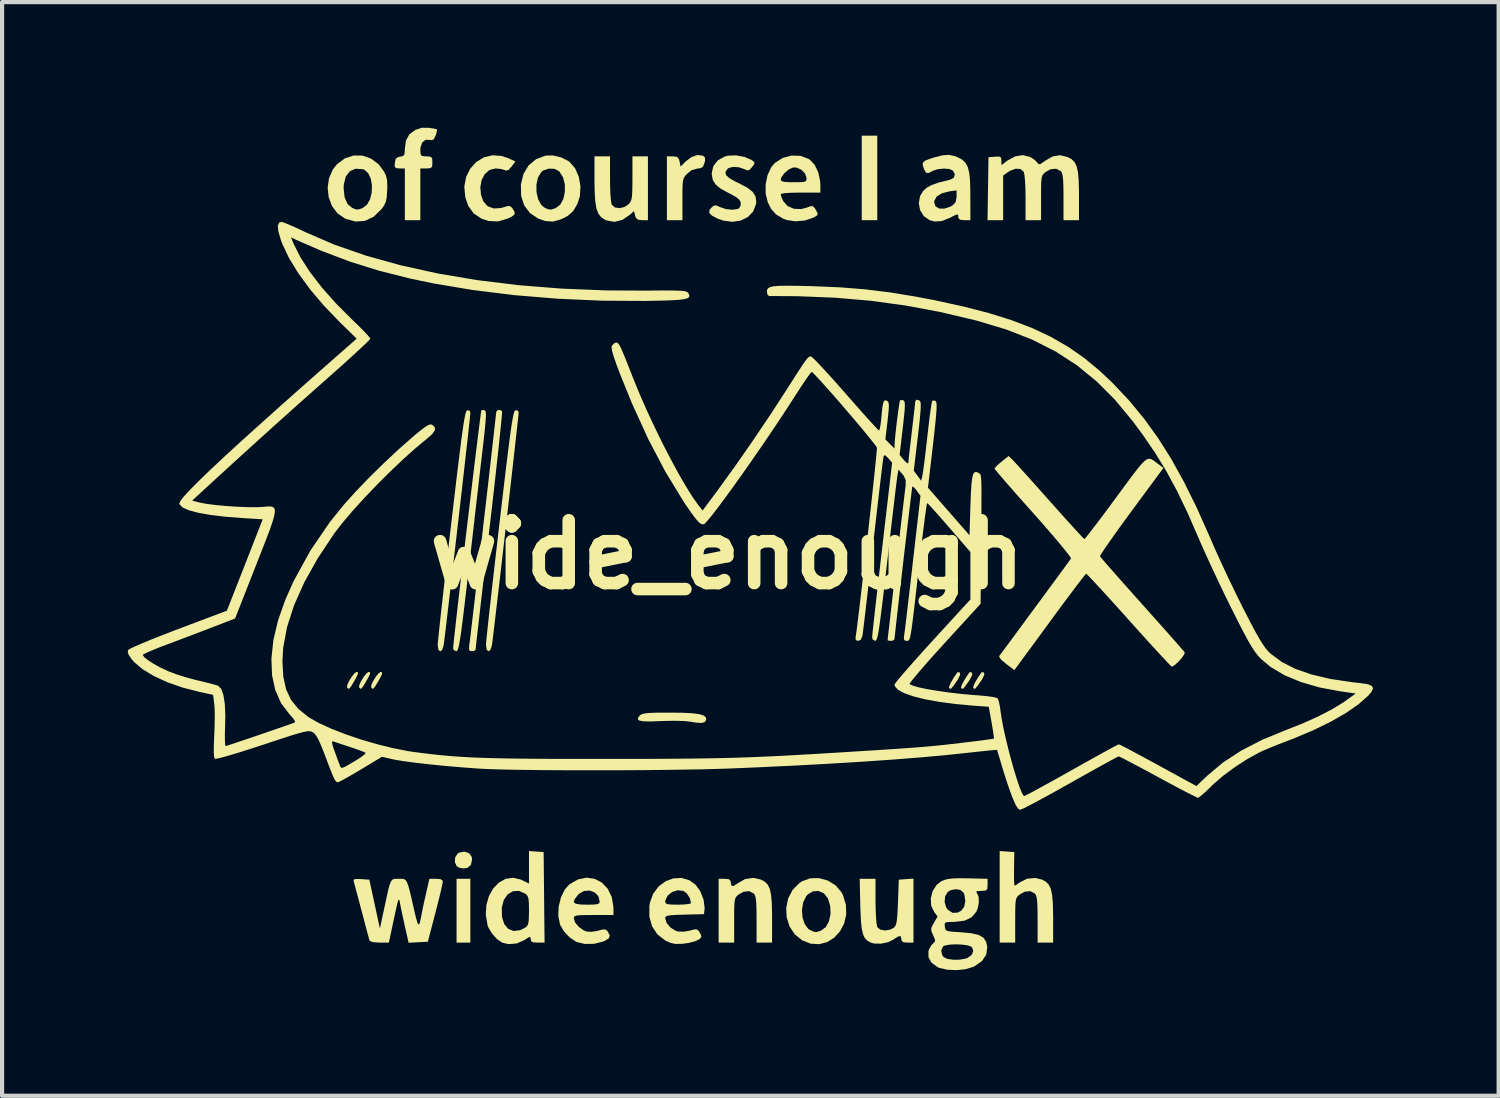
<source format=kicad_pcb>
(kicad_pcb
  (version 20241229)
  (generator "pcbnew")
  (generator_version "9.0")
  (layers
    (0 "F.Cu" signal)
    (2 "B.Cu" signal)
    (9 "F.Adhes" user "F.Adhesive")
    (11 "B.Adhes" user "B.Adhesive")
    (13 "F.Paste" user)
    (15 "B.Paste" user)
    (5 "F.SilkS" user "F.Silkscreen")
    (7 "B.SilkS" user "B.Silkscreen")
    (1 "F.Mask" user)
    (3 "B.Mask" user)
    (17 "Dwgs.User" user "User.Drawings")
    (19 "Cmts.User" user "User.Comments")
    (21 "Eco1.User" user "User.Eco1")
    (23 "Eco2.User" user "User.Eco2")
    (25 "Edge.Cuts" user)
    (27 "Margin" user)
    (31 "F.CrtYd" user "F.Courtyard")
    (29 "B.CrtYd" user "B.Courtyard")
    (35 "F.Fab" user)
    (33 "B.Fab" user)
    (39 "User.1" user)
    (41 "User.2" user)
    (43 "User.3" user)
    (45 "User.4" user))
  (footprint "wide_enough"
    (layer "F.Cu")
    (at 14.314 10.193)
    (property "Reference" "wide_enough" (at 0 0 0) (layer "F.SilkS") (effects (font (size 1.5 1.5) (thickness 0.3))))
    (attr board_only exclude_from_pos_files exclude_from_bom)
    (fp_poly (pts (xy -6.134 8.501) (xy -6.134 9.263) (xy -6.299 9.263) (xy -6.463 9.263) (xy -6.463 8.501) (xy -6.463 7.739) (xy -6.299 7.739) (xy -6.134 7.739)) (stroke (width 0) (type solid)) (fill yes) (layer "F.SilkS"))
    (fp_poly (pts (xy 3.582 -8.995) (xy 3.582 -7.986) (xy 3.396 -7.986) (xy 3.211 -7.986) (xy 3.211 -8.995) (xy 3.211 -10.004) (xy 3.396 -10.004) (xy 3.582 -10.004)) (stroke (width 0) (type solid)) (fill yes) (layer "F.SilkS"))
    (fp_poly (pts (xy -6.167 7.127) (xy -6.102 7.215) (xy -6.093 7.277) (xy -6.12 7.408) (xy -6.205 7.478) (xy -6.299 7.492) (xy -6.399 7.474) (xy -6.455 7.443) (xy -6.504 7.344) (xy -6.497 7.231) (xy -6.438 7.138) (xy -6.401 7.114) (xy -6.274 7.09)) (stroke (width 0) (type solid)) (fill yes) (layer "F.SilkS"))
    (fp_poly (pts (xy -8.817 2.81) (xy -8.819 2.851) (xy -8.859 2.936) (xy -8.914 3.032) (xy -8.983 3.146) (xy -9.025 3.198) (xy -9.053 3.2) (xy -9.079 3.167) (xy -9.073 3.111) (xy -9.031 3.019) (xy -8.969 2.919) (xy -8.904 2.836) (xy -8.853 2.8) (xy -8.85 2.799)) (stroke (width 0) (type solid)) (fill yes) (layer "F.SilkS"))
    (fp_poly (pts (xy -8.529 2.81) (xy -8.531 2.851) (xy -8.571 2.936) (xy -8.626 3.032) (xy -8.695 3.146) (xy -8.737 3.198) (xy -8.765 3.2) (xy -8.791 3.167) (xy -8.785 3.111) (xy -8.743 3.019) (xy -8.681 2.919) (xy -8.616 2.836) (xy -8.565 2.8) (xy -8.562 2.799)) (stroke (width 0) (type solid)) (fill yes) (layer "F.SilkS"))
    (fp_poly (pts (xy -8.241 2.81) (xy -8.243 2.851) (xy -8.283 2.936) (xy -8.338 3.032) (xy -8.407 3.146) (xy -8.449 3.198) (xy -8.477 3.2) (xy -8.502 3.167) (xy -8.497 3.111) (xy -8.455 3.019) (xy -8.393 2.919) (xy -8.328 2.836) (xy -8.277 2.8) (xy -8.274 2.799)) (stroke (width 0) (type solid)) (fill yes) (layer "F.SilkS"))
    (fp_poly (pts (xy 5.538 2.81) (xy 5.555 2.818) (xy 5.561 2.868) (xy 5.512 2.968) (xy 5.473 3.028) (xy 5.394 3.141) (xy 5.347 3.196) (xy 5.318 3.204) (xy 5.294 3.177) (xy 5.304 3.128) (xy 5.349 3.037) (xy 5.414 2.926) (xy 5.488 2.82) (xy 5.499 2.806)) (stroke (width 0) (type solid)) (fill yes) (layer "F.SilkS"))
    (fp_poly (pts (xy 5.826 2.81) (xy 5.843 2.818) (xy 5.849 2.868) (xy 5.801 2.968) (xy 5.762 3.028) (xy 5.682 3.141) (xy 5.635 3.196) (xy 5.606 3.204) (xy 5.582 3.177) (xy 5.592 3.128) (xy 5.637 3.037) (xy 5.703 2.926) (xy 5.776 2.82) (xy 5.788 2.806)) (stroke (width 0) (type solid)) (fill yes) (layer "F.SilkS"))
    (fp_poly (pts (xy 6.115 2.81) (xy 6.131 2.818) (xy 6.137 2.868) (xy 6.089 2.968) (xy 6.05 3.028) (xy 5.97 3.141) (xy 5.923 3.196) (xy 5.894 3.204) (xy 5.871 3.177) (xy 5.88 3.128) (xy 5.925 3.037) (xy 5.991 2.926) (xy 6.065 2.82) (xy 6.076 2.806)) (stroke (width 0) (type solid)) (fill yes) (layer "F.SilkS"))
    (fp_poly (pts (xy -1.062 3.775) (xy -0.83 3.787) (xy -0.665 3.809) (xy -0.561 3.841) (xy -0.509 3.886) (xy -0.502 3.942) (xy -0.533 3.995) (xy -0.609 4.018) (xy -0.741 4.011) (xy -0.885 3.988) (xy -1.01 3.974) (xy -1.191 3.967) (xy -1.403 3.968) (xy -1.591 3.974) (xy -1.834 3.983) (xy -2.002 3.979) (xy -2.101 3.961) (xy -2.137 3.927) (xy -2.118 3.875) (xy -2.084 3.837) (xy -2.046 3.811) (xy -1.983 3.793) (xy -1.883 3.781) (xy -1.732 3.774) (xy -1.519 3.772) (xy -1.369 3.772)) (stroke (width 0) (type solid)) (fill yes) (layer "F.SilkS"))
    (fp_poly (pts (xy -0.584 -9.527) (xy -0.58 -9.525) (xy -0.533 -9.485) (xy -0.529 -9.414) (xy -0.543 -9.355) (xy -0.58 -9.262) (xy -0.641 -9.226) (xy -0.704 -9.221) (xy -0.849 -9.181) (xy -0.95 -9.101) (xy -1.001 -9.048) (xy -1.035 -8.997) (xy -1.055 -8.932) (xy -1.066 -8.836) (xy -1.07 -8.69) (xy -1.07 -8.484) (xy -1.07 -7.986) (xy -1.256 -7.986) (xy -1.441 -7.986) (xy -1.441 -8.748) (xy -1.441 -9.51) (xy -1.302 -9.51) (xy -1.204 -9.499) (xy -1.157 -9.454) (xy -1.139 -9.388) (xy -1.114 -9.266) (xy -0.995 -9.386) (xy -0.853 -9.493) (xy -0.709 -9.542)) (stroke (width 0) (type solid)) (fill yes) (layer "F.SilkS"))
    (fp_poly (pts (xy -5.386 -9.519) (xy -5.251 -9.474) (xy -5.059 -9.389) (xy -5.15 -9.266) (xy -5.221 -9.186) (xy -5.28 -9.169) (xy -5.314 -9.182) (xy -5.406 -9.209) (xy -5.526 -9.221) (xy -5.531 -9.221) (xy -5.676 -9.185) (xy -5.789 -9.087) (xy -5.865 -8.943) (xy -5.896 -8.77) (xy -5.878 -8.583) (xy -5.822 -8.433) (xy -5.721 -8.319) (xy -5.574 -8.265) (xy -5.399 -8.277) (xy -5.348 -8.292) (xy -5.242 -8.324) (xy -5.183 -8.321) (xy -5.138 -8.28) (xy -5.124 -8.261) (xy -5.076 -8.179) (xy -5.079 -8.123) (xy -5.142 -8.073) (xy -5.238 -8.026) (xy -5.473 -7.956) (xy -5.701 -7.966) (xy -5.87 -8.024) (xy -6.056 -8.148) (xy -6.185 -8.329) (xy -6.256 -8.537) (xy -6.278 -8.788) (xy -6.235 -9.018) (xy -6.137 -9.216) (xy -5.993 -9.375) (xy -5.813 -9.485) (xy -5.607 -9.536)) (stroke (width 0) (type solid)) (fill yes) (layer "F.SilkS"))
    (fp_poly (pts (xy -2.799 -8.972) (xy -2.796 -8.763) (xy -2.788 -8.579) (xy -2.775 -8.438) (xy -2.759 -8.359) (xy -2.757 -8.354) (xy -2.681 -8.29) (xy -2.568 -8.273) (xy -2.446 -8.304) (xy -2.354 -8.37) (xy -2.316 -8.416) (xy -2.291 -8.471) (xy -2.276 -8.551) (xy -2.268 -8.671) (xy -2.265 -8.849) (xy -2.264 -8.987) (xy -2.264 -9.51) (xy -2.079 -9.51) (xy -1.894 -9.51) (xy -1.894 -8.748) (xy -1.894 -7.986) (xy -2.033 -7.986) (xy -2.134 -7.998) (xy -2.183 -8.045) (xy -2.2 -8.095) (xy -2.227 -8.203) (xy -2.318 -8.12) (xy -2.504 -7.993) (xy -2.694 -7.946) (xy -2.882 -7.98) (xy -2.923 -7.998) (xy -3.012 -8.058) (xy -3.078 -8.144) (xy -3.124 -8.267) (xy -3.152 -8.439) (xy -3.166 -8.672) (xy -3.17 -8.923) (xy -3.17 -9.51) (xy -2.985 -9.51) (xy -2.799 -9.51)) (stroke (width 0) (type solid)) (fill yes) (layer "F.SilkS"))
    (fp_poly (pts (xy 0.802 7.757) (xy 0.897 7.808) (xy 0.967 7.879) (xy 1.016 7.982) (xy 1.047 8.129) (xy 1.064 8.331) (xy 1.07 8.6) (xy 1.07 8.685) (xy 1.07 9.263) (xy 0.885 9.263) (xy 0.7 9.263) (xy 0.7 8.71) (xy 0.698 8.475) (xy 0.692 8.309) (xy 0.68 8.198) (xy 0.66 8.13) (xy 0.635 8.092) (xy 0.524 8.034) (xy 0.391 8.047) (xy 0.273 8.113) (xy 0.229 8.15) (xy 0.199 8.191) (xy 0.18 8.251) (xy 0.17 8.344) (xy 0.165 8.486) (xy 0.165 8.693) (xy 0.165 8.73) (xy 0.165 9.263) (xy -0.021 9.263) (xy -0.206 9.263) (xy -0.206 8.501) (xy -0.206 7.739) (xy -0.062 7.739) (xy 0.039 7.749) (xy 0.079 7.787) (xy 0.082 7.815) (xy 0.098 7.899) (xy 0.147 7.913) (xy 0.236 7.857) (xy 0.25 7.846) (xy 0.429 7.745) (xy 0.627 7.717)) (stroke (width 0) (type solid)) (fill yes) (layer "F.SilkS"))
    (fp_poly (pts (xy 4.446 8.499) (xy 4.446 9.263) (xy 4.302 9.263) (xy 4.203 9.253) (xy 4.163 9.217) (xy 4.158 9.18) (xy 4.144 9.113) (xy 4.096 9.108) (xy 4.004 9.163) (xy 3.975 9.186) (xy 3.84 9.253) (xy 3.671 9.288) (xy 3.506 9.285) (xy 3.43 9.264) (xy 3.346 9.218) (xy 3.283 9.152) (xy 3.239 9.055) (xy 3.209 8.915) (xy 3.19 8.719) (xy 3.179 8.457) (xy 3.176 8.369) (xy 3.162 7.739) (xy 3.351 7.739) (xy 3.54 7.739) (xy 3.54 8.277) (xy 3.544 8.486) (xy 3.552 8.67) (xy 3.565 8.811) (xy 3.581 8.89) (xy 3.583 8.895) (xy 3.656 8.954) (xy 3.771 8.973) (xy 3.896 8.951) (xy 3.973 8.91) (xy 4.007 8.876) (xy 4.031 8.825) (xy 4.048 8.742) (xy 4.061 8.612) (xy 4.071 8.422) (xy 4.076 8.304) (xy 4.096 7.76) (xy 4.271 7.747) (xy 4.446 7.735)) (stroke (width 0) (type solid)) (fill yes) (layer "F.SilkS"))
    (fp_poly (pts (xy 6.679 7.089) (xy 6.854 7.101) (xy 6.847 7.503) (xy 6.846 7.673) (xy 6.849 7.808) (xy 6.856 7.889) (xy 6.861 7.904) (xy 6.905 7.881) (xy 6.981 7.826) (xy 7.156 7.738) (xy 7.353 7.719) (xy 7.512 7.757) (xy 7.607 7.808) (xy 7.677 7.879) (xy 7.726 7.982) (xy 7.757 8.129) (xy 7.774 8.331) (xy 7.78 8.6) (xy 7.781 8.685) (xy 7.781 9.263) (xy 7.595 9.263) (xy 7.41 9.263) (xy 7.41 8.71) (xy 7.408 8.475) (xy 7.402 8.309) (xy 7.39 8.198) (xy 7.37 8.13) (xy 7.345 8.092) (xy 7.234 8.034) (xy 7.101 8.047) (xy 6.983 8.113) (xy 6.939 8.15) (xy 6.909 8.191) (xy 6.89 8.251) (xy 6.88 8.344) (xy 6.876 8.486) (xy 6.875 8.693) (xy 6.875 8.73) (xy 6.875 9.263) (xy 6.69 9.263) (xy 6.504 9.263) (xy 6.504 8.169) (xy 6.504 7.076)) (stroke (width 0) (type solid)) (fill yes) (layer "F.SilkS"))
    (fp_poly (pts (xy -3.966 -9.485) (xy -3.793 -9.398) (xy -3.767 -9.379) (xy -3.633 -9.225) (xy -3.544 -9.022) (xy -3.505 -8.793) (xy -3.519 -8.56) (xy -3.577 -8.377) (xy -3.676 -8.207) (xy -3.806 -8.089) (xy -3.963 -8.009) (xy -4.159 -7.953) (xy -4.345 -7.965) (xy -4.511 -8.023) (xy -4.71 -8.155) (xy -4.849 -8.339) (xy -4.922 -8.569) (xy -4.927 -8.834) (xy -4.556 -8.834) (xy -4.554 -8.654) (xy -4.515 -8.485) (xy -4.441 -8.351) (xy -4.364 -8.286) (xy -4.273 -8.245) (xy -4.206 -8.239) (xy -4.117 -8.267) (xy -4.097 -8.274) (xy -3.988 -8.356) (xy -3.914 -8.492) (xy -3.877 -8.661) (xy -3.878 -8.84) (xy -3.921 -9.009) (xy -4.007 -9.146) (xy -4.013 -9.153) (xy -4.122 -9.211) (xy -4.259 -9.217) (xy -4.389 -9.175) (xy -4.443 -9.133) (xy -4.52 -9.002) (xy -4.556 -8.834) (xy -4.927 -8.834) (xy -4.927 -8.837) (xy -4.866 -9.09) (xy -4.743 -9.294) (xy -4.563 -9.443) (xy -4.336 -9.528) (xy -4.16 -9.532)) (stroke (width 0) (type solid)) (fill yes) (layer "F.SilkS"))
    (fp_poly (pts (xy 2.401 7.781) (xy 2.586 7.895) (xy 2.726 8.058) (xy 2.761 8.123) (xy 2.833 8.36) (xy 2.841 8.59) (xy 2.792 8.804) (xy 2.694 8.991) (xy 2.557 9.142) (xy 2.389 9.249) (xy 2.197 9.3) (xy 1.991 9.288) (xy 1.792 9.21) (xy 1.61 9.064) (xy 1.486 8.874) (xy 1.418 8.658) (xy 1.41 8.479) (xy 1.784 8.479) (xy 1.796 8.658) (xy 1.847 8.818) (xy 1.933 8.934) (xy 1.976 8.962) (xy 2.068 9.004) (xy 2.135 9.01) (xy 2.226 8.981) (xy 2.239 8.976) (xy 2.351 8.893) (xy 2.428 8.753) (xy 2.466 8.579) (xy 2.459 8.391) (xy 2.404 8.209) (xy 2.403 8.208) (xy 2.308 8.087) (xy 2.18 8.03) (xy 2.043 8.038) (xy 1.918 8.116) (xy 1.885 8.155) (xy 1.812 8.303) (xy 1.784 8.479) (xy 1.41 8.479) (xy 1.408 8.43) (xy 1.455 8.207) (xy 1.56 8.005) (xy 1.722 7.841) (xy 1.783 7.8) (xy 1.981 7.727) (xy 2.193 7.723)) (stroke (width 0) (type solid)) (fill yes) (layer "F.SilkS"))
    (fp_poly (pts (xy -8.711 -9.528) (xy -8.506 -9.457) (xy -8.324 -9.321) (xy -8.202 -9.158) (xy -8.149 -9.053) (xy -8.123 -8.946) (xy -8.116 -8.807) (xy -8.119 -8.7) (xy -8.131 -8.533) (xy -8.154 -8.419) (xy -8.199 -8.327) (xy -8.258 -8.247) (xy -8.442 -8.069) (xy -8.647 -7.971) (xy -8.869 -7.953) (xy -9.105 -8.016) (xy -9.126 -8.025) (xy -9.306 -8.149) (xy -9.437 -8.323) (xy -9.516 -8.532) (xy -9.54 -8.751) (xy -9.16 -8.751) (xy -9.136 -8.53) (xy -9.064 -8.37) (xy -8.959 -8.282) (xy -8.871 -8.244) (xy -8.804 -8.242) (xy -8.711 -8.273) (xy -8.604 -8.352) (xy -8.53 -8.481) (xy -8.49 -8.641) (xy -8.483 -8.812) (xy -8.51 -8.974) (xy -8.572 -9.107) (xy -8.667 -9.191) (xy -8.703 -9.204) (xy -8.877 -9.214) (xy -9.013 -9.154) (xy -9.108 -9.028) (xy -9.155 -8.842) (xy -9.16 -8.751) (xy -9.54 -8.751) (xy -9.541 -8.758) (xy -9.509 -8.985) (xy -9.418 -9.195) (xy -9.32 -9.32) (xy -9.132 -9.461) (xy -8.924 -9.53)) (stroke (width 0) (type solid)) (fill yes) (layer "F.SilkS"))
    (fp_poly (pts (xy -7.125 -10.191) (xy -7.012 -10.174) (xy -6.941 -10.159) (xy -6.929 -10.154) (xy -6.932 -10.11) (xy -6.957 -10.021) (xy -6.962 -10.009) (xy -7.005 -9.919) (xy -7.059 -9.896) (xy -7.084 -9.902) (xy -7.201 -9.905) (xy -7.285 -9.84) (xy -7.326 -9.715) (xy -7.328 -9.673) (xy -7.323 -9.568) (xy -7.296 -9.522) (xy -7.224 -9.51) (xy -7.184 -9.51) (xy -7.087 -9.503) (xy -7.047 -9.467) (xy -7.04 -9.376) (xy -7.04 -9.365) (xy -7.046 -9.269) (xy -7.082 -9.229) (xy -7.173 -9.221) (xy -7.184 -9.221) (xy -7.328 -9.221) (xy -7.328 -8.604) (xy -7.328 -7.986) (xy -7.513 -7.986) (xy -7.698 -7.986) (xy -7.698 -8.604) (xy -7.698 -9.221) (xy -7.824 -9.221) (xy -7.91 -9.229) (xy -7.94 -9.268) (xy -7.938 -9.355) (xy -7.916 -9.451) (xy -7.861 -9.493) (xy -7.811 -9.502) (xy -7.739 -9.519) (xy -7.707 -9.562) (xy -7.698 -9.659) (xy -7.698 -9.687) (xy -7.671 -9.889) (xy -7.589 -10.037) (xy -7.451 -10.14) (xy -7.291 -10.193)) (stroke (width 0) (type solid)) (fill yes) (layer "F.SilkS"))
    (fp_poly (pts (xy -5.376 -3.424) (xy -5.378 -3.378) (xy -5.388 -3.257) (xy -5.406 -3.068) (xy -5.432 -2.817) (xy -5.464 -2.512) (xy -5.503 -2.158) (xy -5.547 -1.762) (xy -5.595 -1.332) (xy -5.648 -0.874) (xy -5.683 -0.573) (xy -5.738 -0.1) (xy -5.79 0.349) (xy -5.838 0.767) (xy -5.882 1.147) (xy -5.921 1.484) (xy -5.954 1.77) (xy -5.98 1.998) (xy -5.998 2.162) (xy -6.008 2.255) (xy -6.01 2.274) (xy -6.045 2.299) (xy -6.095 2.305) (xy -6.147 2.297) (xy -6.166 2.256) (xy -6.16 2.161) (xy -6.156 2.13) (xy -6.145 2.051) (xy -6.127 1.902) (xy -6.102 1.69) (xy -6.071 1.425) (xy -6.034 1.114) (xy -5.994 0.767) (xy -5.95 0.39) (xy -5.904 -0.008) (xy -5.856 -0.418) (xy -5.809 -0.833) (xy -5.761 -1.243) (xy -5.715 -1.641) (xy -5.672 -2.019) (xy -5.632 -2.368) (xy -5.597 -2.68) (xy -5.567 -2.947) (xy -5.543 -3.161) (xy -5.526 -3.313) (xy -5.517 -3.395) (xy -5.516 -3.407) (xy -5.486 -3.449) (xy -5.423 -3.455)) (stroke (width 0) (type solid)) (fill yes) (layer "F.SilkS"))
    (fp_poly (pts (xy -6.146 -3.434) (xy -6.134 -3.381) (xy -6.139 -3.327) (xy -6.152 -3.198) (xy -6.173 -3.005) (xy -6.2 -2.755) (xy -6.234 -2.457) (xy -6.272 -2.118) (xy -6.314 -1.747) (xy -6.359 -1.353) (xy -6.406 -0.944) (xy -6.454 -0.528) (xy -6.502 -0.114) (xy -6.549 0.291) (xy -6.594 0.677) (xy -6.636 1.037) (xy -6.674 1.363) (xy -6.707 1.645) (xy -6.735 1.876) (xy -6.756 2.046) (xy -6.77 2.149) (xy -6.773 2.172) (xy -6.809 2.278) (xy -6.856 2.309) (xy -6.897 2.268) (xy -6.914 2.157) (xy -6.914 2.151) (xy -6.908 2.084) (xy -6.894 1.943) (xy -6.872 1.734) (xy -6.843 1.466) (xy -6.807 1.144) (xy -6.766 0.777) (xy -6.72 0.372) (xy -6.669 -0.065) (xy -6.616 -0.525) (xy -6.593 -0.72) (xy -6.529 -1.264) (xy -6.474 -1.731) (xy -6.426 -2.127) (xy -6.385 -2.459) (xy -6.351 -2.731) (xy -6.321 -2.95) (xy -6.296 -3.121) (xy -6.274 -3.249) (xy -6.256 -3.34) (xy -6.239 -3.4) (xy -6.223 -3.435) (xy -6.208 -3.449) (xy -6.205 -3.45)) (stroke (width 0) (type solid)) (fill yes) (layer "F.SilkS"))
    (fp_poly (pts (xy -4.993 -3.434) (xy -4.981 -3.388) (xy -4.986 -3.334) (xy -4.999 -3.207) (xy -5.02 -3.014) (xy -5.048 -2.765) (xy -5.081 -2.467) (xy -5.119 -2.129) (xy -5.161 -1.759) (xy -5.206 -1.366) (xy -5.253 -0.957) (xy -5.301 -0.541) (xy -5.348 -0.126) (xy -5.395 0.279) (xy -5.44 0.666) (xy -5.482 1.027) (xy -5.521 1.353) (xy -5.554 1.637) (xy -5.582 1.869) (xy -5.603 2.042) (xy -5.617 2.147) (xy -5.621 2.172) (xy -5.657 2.278) (xy -5.704 2.309) (xy -5.744 2.268) (xy -5.761 2.157) (xy -5.761 2.151) (xy -5.756 2.084) (xy -5.742 1.943) (xy -5.72 1.734) (xy -5.691 1.466) (xy -5.655 1.144) (xy -5.614 0.777) (xy -5.568 0.372) (xy -5.518 -0.065) (xy -5.465 -0.525) (xy -5.442 -0.72) (xy -5.378 -1.263) (xy -5.323 -1.729) (xy -5.276 -2.125) (xy -5.235 -2.456) (xy -5.2 -2.728) (xy -5.171 -2.947) (xy -5.146 -3.117) (xy -5.124 -3.245) (xy -5.106 -3.337) (xy -5.089 -3.397) (xy -5.074 -3.433) (xy -5.058 -3.448) (xy -5.053 -3.45)) (stroke (width 0) (type solid)) (fill yes) (layer "F.SilkS"))
    (fp_poly (pts (xy -5.793 -3.446) (xy -5.774 -3.427) (xy -5.764 -3.38) (xy -5.763 -3.294) (xy -5.772 -3.161) (xy -5.79 -2.968) (xy -5.819 -2.707) (xy -5.828 -2.628) (xy -5.852 -2.423) (xy -5.884 -2.148) (xy -5.923 -1.816) (xy -5.966 -1.439) (xy -6.014 -1.029) (xy -6.063 -0.597) (xy -6.114 -0.157) (xy -6.16 0.237) (xy -6.214 0.704) (xy -6.26 1.095) (xy -6.299 1.418) (xy -6.332 1.679) (xy -6.359 1.884) (xy -6.383 2.039) (xy -6.403 2.152) (xy -6.421 2.228) (xy -6.437 2.275) (xy -6.454 2.299) (xy -6.471 2.305) (xy -6.472 2.305) (xy -6.534 2.273) (xy -6.545 2.233) (xy -6.54 2.17) (xy -6.526 2.036) (xy -6.504 1.838) (xy -6.476 1.584) (xy -6.442 1.283) (xy -6.403 0.943) (xy -6.359 0.571) (xy -6.313 0.176) (xy -6.265 -0.234) (xy -6.216 -0.651) (xy -6.166 -1.068) (xy -6.117 -1.475) (xy -6.07 -1.866) (xy -6.026 -2.231) (xy -5.985 -2.563) (xy -5.949 -2.854) (xy -5.919 -3.096) (xy -5.895 -3.281) (xy -5.879 -3.4) (xy -5.871 -3.446) (xy -5.871 -3.447) (xy -5.819 -3.454)) (stroke (width 0) (type solid)) (fill yes) (layer "F.SilkS"))
    (fp_poly (pts (xy -4.559 7.089) (xy -4.384 7.101) (xy -4.373 8.182) (xy -4.362 9.263) (xy -4.528 9.263) (xy -4.636 9.256) (xy -4.684 9.228) (xy -4.693 9.181) (xy -4.698 9.135) (xy -4.725 9.13) (xy -4.793 9.168) (xy -4.843 9.202) (xy -5.026 9.283) (xy -5.225 9.299) (xy -5.372 9.264) (xy -5.494 9.182) (xy -5.613 9.052) (xy -5.701 8.906) (xy -5.723 8.848) (xy -5.765 8.6) (xy -5.755 8.429) (xy -5.383 8.429) (xy -5.379 8.649) (xy -5.325 8.82) (xy -5.23 8.934) (xy -5.101 8.985) (xy -4.946 8.966) (xy -4.827 8.907) (xy -4.781 8.871) (xy -4.754 8.82) (xy -4.74 8.735) (xy -4.735 8.597) (xy -4.734 8.502) (xy -4.736 8.33) (xy -4.746 8.219) (xy -4.767 8.152) (xy -4.803 8.108) (xy -4.826 8.092) (xy -4.976 8.027) (xy -5.12 8.036) (xy -5.244 8.112) (xy -5.336 8.246) (xy -5.383 8.429) (xy -5.755 8.429) (xy -5.751 8.365) (xy -5.69 8.151) (xy -5.588 7.97) (xy -5.453 7.83) (xy -5.293 7.741) (xy -5.115 7.714) (xy -4.927 7.758) (xy -4.899 7.771) (xy -4.734 7.853) (xy -4.734 7.464) (xy -4.734 7.076)) (stroke (width 0) (type solid)) (fill yes) (layer "F.SilkS"))
    (fp_poly (pts (xy 0.41 -9.497) (xy 0.573 -9.428) (xy 0.595 -9.413) (xy 0.646 -9.37) (xy 0.646 -9.328) (xy 0.595 -9.256) (xy 0.592 -9.252) (xy 0.528 -9.184) (xy 0.473 -9.175) (xy 0.409 -9.204) (xy 0.283 -9.248) (xy 0.148 -9.259) (xy 0.039 -9.234) (xy 0.008 -9.213) (xy -0.043 -9.137) (xy -0.031 -9.064) (xy 0.05 -8.989) (xy 0.203 -8.903) (xy 0.264 -8.874) (xy 0.471 -8.767) (xy 0.606 -8.663) (xy 0.676 -8.552) (xy 0.692 -8.423) (xy 0.686 -8.372) (xy 0.62 -8.196) (xy 0.495 -8.063) (xy 0.325 -7.978) (xy 0.124 -7.947) (xy -0.094 -7.975) (xy -0.232 -8.024) (xy -0.368 -8.097) (xy -0.431 -8.161) (xy -0.425 -8.228) (xy -0.381 -8.283) (xy -0.319 -8.335) (xy -0.262 -8.339) (xy -0.173 -8.299) (xy -0.172 -8.299) (xy -0.032 -8.251) (xy 0.119 -8.235) (xy 0.247 -8.253) (xy 0.281 -8.27) (xy 0.319 -8.333) (xy 0.323 -8.403) (xy 0.294 -8.468) (xy 0.219 -8.533) (xy 0.083 -8.61) (xy 0.045 -8.628) (xy -0.151 -8.734) (xy -0.277 -8.837) (xy -0.346 -8.948) (xy -0.37 -9.083) (xy -0.371 -9.106) (xy -0.333 -9.276) (xy -0.227 -9.413) (xy -0.065 -9.504) (xy 0.028 -9.528) (xy 0.216 -9.533)) (stroke (width 0) (type solid)) (fill yes) (layer "F.SilkS"))
    (fp_poly (pts (xy 1.752 -9.521) (xy 1.946 -9.447) (xy 1.977 -9.426) (xy 2.09 -9.302) (xy 2.174 -9.123) (xy 2.219 -8.915) (xy 2.223 -8.829) (xy 2.223 -8.645) (xy 1.75 -8.645) (xy 1.525 -8.641) (xy 1.369 -8.631) (xy 1.287 -8.613) (xy 1.276 -8.602) (xy 1.294 -8.538) (xy 1.336 -8.442) (xy 1.338 -8.439) (xy 1.441 -8.323) (xy 1.591 -8.258) (xy 1.766 -8.251) (xy 1.888 -8.283) (xy 1.99 -8.32) (xy 2.047 -8.319) (xy 2.089 -8.273) (xy 2.116 -8.23) (xy 2.158 -8.15) (xy 2.149 -8.104) (xy 2.081 -8.06) (xy 2.055 -8.046) (xy 1.853 -7.978) (xy 1.629 -7.959) (xy 1.418 -7.99) (xy 1.338 -8.02) (xy 1.166 -8.123) (xy 1.048 -8.254) (xy 0.969 -8.409) (xy 0.917 -8.618) (xy 0.916 -8.845) (xy 0.939 -8.952) (xy 1.276 -8.952) (xy 1.294 -8.92) (xy 1.358 -8.901) (xy 1.482 -8.893) (xy 1.585 -8.892) (xy 1.742 -8.893) (xy 1.834 -8.901) (xy 1.879 -8.921) (xy 1.893 -8.959) (xy 1.894 -8.992) (xy 1.857 -9.101) (xy 1.767 -9.192) (xy 1.65 -9.243) (xy 1.566 -9.243) (xy 1.464 -9.194) (xy 1.365 -9.108) (xy 1.294 -9.013) (xy 1.276 -8.952) (xy 0.939 -8.952) (xy 0.964 -9.067) (xy 1.054 -9.256) (xy 1.138 -9.354) (xy 1.326 -9.473) (xy 1.538 -9.529)) (stroke (width 0) (type solid)) (fill yes) (layer "F.SilkS"))
    (fp_poly (pts (xy -3.166 7.74) (xy -2.993 7.83) (xy -2.854 7.977) (xy -2.758 8.174) (xy -2.718 8.414) (xy -2.717 8.449) (xy -2.717 8.604) (xy -3.19 8.604) (xy -3.394 8.605) (xy -3.529 8.609) (xy -3.609 8.619) (xy -3.649 8.637) (xy -3.663 8.666) (xy -3.664 8.688) (xy -3.629 8.788) (xy -3.542 8.89) (xy -3.426 8.971) (xy -3.355 8.999) (xy -3.245 9.005) (xy -3.109 8.985) (xy -3.076 8.976) (xy -2.965 8.948) (xy -2.903 8.952) (xy -2.859 8.991) (xy -2.853 8.999) (xy -2.806 9.089) (xy -2.824 9.157) (xy -2.915 9.216) (xy -2.965 9.238) (xy -3.177 9.291) (xy -3.399 9.295) (xy -3.593 9.249) (xy -3.602 9.245) (xy -3.758 9.143) (xy -3.898 8.997) (xy -3.99 8.838) (xy -3.991 8.838) (xy -4.034 8.631) (xy -4.026 8.404) (xy -3.999 8.296) (xy -3.664 8.296) (xy -3.619 8.335) (xy -3.502 8.353) (xy -3.355 8.357) (xy -3.197 8.355) (xy -3.104 8.345) (xy -3.059 8.325) (xy -3.047 8.289) (xy -3.046 8.279) (xy -3.08 8.151) (xy -3.168 8.063) (xy -3.289 8.02) (xy -3.42 8.03) (xy -3.541 8.099) (xy -3.567 8.126) (xy -3.645 8.228) (xy -3.664 8.296) (xy -3.999 8.296) (xy -3.971 8.183) (xy -3.877 7.992) (xy -3.767 7.87) (xy -3.564 7.754) (xy -3.36 7.712)) (stroke (width 0) (type solid)) (fill yes) (layer "F.SilkS"))
    (fp_poly (pts (xy -0.906 7.773) (xy -0.756 7.881) (xy -0.643 8.039) (xy -0.566 8.235) (xy -0.54 8.43) (xy -0.543 8.473) (xy -0.556 8.583) (xy -1.019 8.595) (xy -1.221 8.601) (xy -1.354 8.61) (xy -1.433 8.623) (xy -1.471 8.644) (xy -1.482 8.674) (xy -1.482 8.682) (xy -1.446 8.796) (xy -1.354 8.904) (xy -1.232 8.98) (xy -1.174 8.998) (xy -1.038 9.002) (xy -0.894 8.977) (xy -0.881 8.973) (xy -0.777 8.945) (xy -0.717 8.952) (xy -0.672 8.997) (xy -0.628 9.077) (xy -0.618 9.12) (xy -0.656 9.176) (xy -0.76 9.228) (xy -0.914 9.269) (xy -1.07 9.291) (xy -1.231 9.295) (xy -1.358 9.269) (xy -1.481 9.212) (xy -1.668 9.067) (xy -1.796 8.872) (xy -1.861 8.639) (xy -1.859 8.378) (xy -1.845 8.302) (xy -1.839 8.285) (xy -1.481 8.285) (xy -1.471 8.322) (xy -1.429 8.344) (xy -1.339 8.354) (xy -1.184 8.357) (xy -1.173 8.357) (xy -1.026 8.352) (xy -0.917 8.34) (xy -0.866 8.322) (xy -0.865 8.318) (xy -0.895 8.196) (xy -0.969 8.085) (xy -1.049 8.028) (xy -1.185 8.013) (xy -1.318 8.055) (xy -1.424 8.141) (xy -1.478 8.256) (xy -1.481 8.285) (xy -1.839 8.285) (xy -1.766 8.09) (xy -1.637 7.92) (xy -1.472 7.798) (xy -1.286 7.729) (xy -1.092 7.719)) (stroke (width 0) (type solid)) (fill yes) (layer "F.SilkS"))
    (fp_poly (pts (xy 7.237 -9.493) (xy 7.336 -9.429) (xy 7.401 -9.363) (xy 7.403 -9.359) (xy 7.434 -9.323) (xy 7.478 -9.328) (xy 7.559 -9.382) (xy 7.583 -9.4) (xy 7.769 -9.508) (xy 7.949 -9.537) (xy 8.125 -9.494) (xy 8.221 -9.443) (xy 8.292 -9.372) (xy 8.342 -9.271) (xy 8.374 -9.128) (xy 8.391 -8.929) (xy 8.398 -8.665) (xy 8.398 -8.564) (xy 8.398 -7.986) (xy 8.213 -7.986) (xy 8.028 -7.986) (xy 8.028 -8.539) (xy 8.026 -8.774) (xy 8.02 -8.94) (xy 8.007 -9.051) (xy 7.988 -9.119) (xy 7.963 -9.157) (xy 7.852 -9.215) (xy 7.719 -9.202) (xy 7.601 -9.136) (xy 7.557 -9.098) (xy 7.526 -9.058) (xy 7.507 -8.998) (xy 7.497 -8.905) (xy 7.493 -8.763) (xy 7.492 -8.556) (xy 7.492 -8.519) (xy 7.492 -7.986) (xy 7.307 -7.986) (xy 7.122 -7.986) (xy 7.122 -8.524) (xy 7.119 -8.733) (xy 7.11 -8.917) (xy 7.097 -9.058) (xy 7.081 -9.137) (xy 7.079 -9.142) (xy 7.003 -9.207) (xy 6.887 -9.215) (xy 6.753 -9.166) (xy 6.706 -9.136) (xy 6.587 -9.051) (xy 6.587 -8.519) (xy 6.587 -7.986) (xy 6.401 -7.986) (xy 6.214 -7.986) (xy 6.226 -8.738) (xy 6.237 -9.489) (xy 6.391 -9.502) (xy 6.492 -9.505) (xy 6.536 -9.481) (xy 6.546 -9.416) (xy 6.546 -9.407) (xy 6.546 -9.3) (xy 6.686 -9.407) (xy 6.874 -9.51) (xy 7.062 -9.54)) (stroke (width 0) (type solid)) (fill yes) (layer "F.SilkS"))
    (fp_poly (pts (xy 5.425 -9.518) (xy 5.496 -9.491) (xy 5.606 -9.434) (xy 5.687 -9.359) (xy 5.743 -9.255) (xy 5.779 -9.108) (xy 5.798 -8.906) (xy 5.804 -8.638) (xy 5.804 -8.573) (xy 5.805 -7.986) (xy 5.66 -7.986) (xy 5.561 -7.996) (xy 5.521 -8.032) (xy 5.516 -8.068) (xy 5.512 -8.112) (xy 5.486 -8.123) (xy 5.421 -8.097) (xy 5.325 -8.047) (xy 5.126 -7.966) (xy 4.953 -7.954) (xy 4.833 -7.986) (xy 4.693 -8.082) (xy 4.605 -8.224) (xy 4.573 -8.391) (xy 4.578 -8.416) (xy 4.94 -8.416) (xy 4.972 -8.317) (xy 5.058 -8.264) (xy 5.181 -8.261) (xy 5.327 -8.31) (xy 5.383 -8.342) (xy 5.453 -8.416) (xy 5.475 -8.535) (xy 5.475 -8.549) (xy 5.475 -8.697) (xy 5.309 -8.675) (xy 5.126 -8.628) (xy 5 -8.55) (xy 4.943 -8.446) (xy 4.94 -8.416) (xy 4.578 -8.416) (xy 4.603 -8.56) (xy 4.676 -8.683) (xy 4.758 -8.759) (xy 4.872 -8.822) (xy 5.035 -8.88) (xy 5.26 -8.937) (xy 5.321 -8.951) (xy 5.411 -9.002) (xy 5.434 -9.084) (xy 5.385 -9.172) (xy 5.302 -9.208) (xy 5.175 -9.218) (xy 5.034 -9.205) (xy 4.914 -9.168) (xy 4.899 -9.16) (xy 4.804 -9.111) (xy 4.751 -9.115) (xy 4.71 -9.18) (xy 4.691 -9.225) (xy 4.665 -9.306) (xy 4.673 -9.363) (xy 4.728 -9.408) (xy 4.842 -9.453) (xy 4.958 -9.489) (xy 5.145 -9.536) (xy 5.29 -9.546)) (stroke (width 0) (type solid)) (fill yes) (layer "F.SilkS"))
    (fp_poly (pts (xy -7.842 7.739) (xy -7.774 7.739) (xy -7.722 7.745) (xy -7.682 7.768) (xy -7.648 7.819) (xy -7.615 7.907) (xy -7.577 8.044) (xy -7.531 8.24) (xy -7.472 8.501) (xy -7.427 8.689) (xy -7.393 8.799) (xy -7.366 8.835) (xy -7.343 8.8) (xy -7.32 8.698) (xy -7.31 8.645) (xy -7.29 8.54) (xy -7.257 8.383) (xy -7.217 8.199) (xy -7.199 8.12) (xy -7.112 7.739) (xy -6.952 7.739) (xy -6.844 7.748) (xy -6.799 7.779) (xy -6.793 7.811) (xy -6.803 7.874) (xy -6.831 8.001) (xy -6.873 8.178) (xy -6.927 8.39) (xy -6.971 8.563) (xy -7.149 9.242) (xy -7.379 9.254) (xy -7.608 9.266) (xy -7.695 8.884) (xy -7.737 8.692) (xy -7.776 8.51) (xy -7.805 8.365) (xy -7.812 8.325) (xy -7.825 8.26) (xy -7.838 8.232) (xy -7.854 8.251) (xy -7.876 8.325) (xy -7.908 8.462) (xy -7.953 8.669) (xy -7.961 8.706) (xy -8.079 9.263) (xy -8.302 9.263) (xy -8.45 9.253) (xy -8.53 9.226) (xy -8.541 9.211) (xy -8.557 9.155) (xy -8.59 9.035) (xy -8.636 8.864) (xy -8.69 8.658) (xy -8.726 8.522) (xy -8.785 8.299) (xy -8.838 8.101) (xy -8.881 7.942) (xy -8.909 7.838) (xy -8.917 7.809) (xy -8.922 7.765) (xy -8.886 7.745) (xy -8.794 7.744) (xy -8.743 7.747) (xy -8.546 7.76) (xy -8.42 8.343) (xy -8.294 8.926) (xy -8.195 8.467) (xy -8.14 8.209) (xy -8.098 8.02) (xy -8.064 7.89) (xy -8.032 7.808) (xy -7.998 7.762) (xy -7.956 7.743) (xy -7.901 7.739)) (stroke (width 0) (type solid)) (fill yes) (layer "F.SilkS"))
    (fp_poly (pts (xy 5.778 7.728) (xy 5.877 7.731) (xy 6.216 7.739) (xy 6.216 7.883) (xy 6.21 7.978) (xy 6.177 8.018) (xy 6.09 8.027) (xy 6.064 8.028) (xy 5.969 8.033) (xy 5.944 8.053) (xy 5.961 8.077) (xy 6.001 8.166) (xy 6.007 8.298) (xy 5.981 8.441) (xy 5.948 8.523) (xy 5.835 8.658) (xy 5.662 8.74) (xy 5.427 8.768) (xy 5.413 8.769) (xy 5.282 8.77) (xy 5.214 8.783) (xy 5.191 8.815) (xy 5.194 8.878) (xy 5.195 8.882) (xy 5.204 8.935) (xy 5.226 8.969) (xy 5.279 8.99) (xy 5.378 9.003) (xy 5.539 9.013) (xy 5.586 9.016) (xy 5.83 9.039) (xy 6.004 9.081) (xy 6.118 9.147) (xy 6.182 9.245) (xy 6.208 9.372) (xy 6.183 9.551) (xy 6.082 9.703) (xy 5.905 9.826) (xy 5.87 9.843) (xy 5.687 9.898) (xy 5.47 9.92) (xy 5.253 9.91) (xy 5.068 9.868) (xy 5.022 9.849) (xy 4.879 9.744) (xy 4.804 9.611) (xy 4.804 9.465) (xy 4.809 9.45) (xy 5.108 9.45) (xy 5.131 9.559) (xy 5.169 9.61) (xy 5.256 9.651) (xy 5.392 9.672) (xy 5.547 9.67) (xy 5.689 9.645) (xy 5.74 9.627) (xy 5.837 9.554) (xy 5.875 9.465) (xy 5.847 9.381) (xy 5.822 9.358) (xy 5.739 9.328) (xy 5.607 9.31) (xy 5.454 9.304) (xy 5.308 9.311) (xy 5.196 9.332) (xy 5.154 9.353) (xy 5.108 9.45) (xy 4.809 9.45) (xy 4.818 9.423) (xy 4.872 9.327) (xy 4.928 9.269) (xy 4.961 9.236) (xy 4.956 9.18) (xy 4.916 9.088) (xy 4.874 8.99) (xy 4.87 8.92) (xy 4.907 8.837) (xy 4.934 8.789) (xy 5.023 8.639) (xy 4.941 8.533) (xy 4.869 8.381) (xy 4.864 8.294) (xy 5.19 8.294) (xy 5.228 8.424) (xy 5.269 8.48) (xy 5.383 8.553) (xy 5.505 8.545) (xy 5.59 8.499) (xy 5.657 8.407) (xy 5.683 8.273) (xy 5.665 8.13) (xy 5.638 8.066) (xy 5.565 8.005) (xy 5.452 7.987) (xy 5.333 8.011) (xy 5.262 8.055) (xy 5.201 8.159) (xy 5.19 8.294) (xy 4.864 8.294) (xy 4.859 8.206) (xy 4.904 8.032) (xy 5 7.883) (xy 5.109 7.799) (xy 5.187 7.765) (xy 5.276 7.743) (xy 5.394 7.73) (xy 5.556 7.726)) (stroke (width 0) (type solid)) (fill yes) (layer "F.SilkS"))
    (fp_poly (pts (xy 6.806 -2.27) (xy 6.856 -2.218) (xy 6.952 -2.113) (xy 7.087 -1.964) (xy 7.254 -1.779) (xy 7.444 -1.566) (xy 7.65 -1.335) (xy 7.698 -1.281) (xy 7.903 -1.051) (xy 8.089 -0.843) (xy 8.252 -0.664) (xy 8.383 -0.521) (xy 8.475 -0.422) (xy 8.523 -0.376) (xy 8.527 -0.373) (xy 8.557 -0.404) (xy 8.629 -0.494) (xy 8.737 -0.634) (xy 8.876 -0.815) (xy 9.038 -1.031) (xy 9.217 -1.273) (xy 9.281 -1.359) (xy 9.49 -1.644) (xy 9.657 -1.869) (xy 9.788 -2.04) (xy 9.889 -2.162) (xy 9.968 -2.24) (xy 10.031 -2.282) (xy 10.086 -2.291) (xy 10.138 -2.273) (xy 10.196 -2.235) (xy 10.266 -2.182) (xy 10.281 -2.171) (xy 10.414 -2.071) (xy 9.65 -1.035) (xy 9.462 -0.779) (xy 9.292 -0.544) (xy 9.146 -0.337) (xy 9.028 -0.168) (xy 8.945 -0.044) (xy 8.903 0.026) (xy 8.899 0.038) (xy 8.929 0.076) (xy 9.007 0.168) (xy 9.128 0.307) (xy 9.286 0.486) (xy 9.473 0.698) (xy 9.684 0.935) (xy 9.903 1.18) (xy 10.131 1.435) (xy 10.343 1.673) (xy 10.532 1.885) (xy 10.69 2.065) (xy 10.812 2.204) (xy 10.892 2.297) (xy 10.923 2.334) (xy 10.91 2.383) (xy 10.855 2.463) (xy 10.776 2.552) (xy 10.693 2.629) (xy 10.627 2.672) (xy 10.614 2.675) (xy 10.581 2.645) (xy 10.5 2.561) (xy 10.376 2.429) (xy 10.217 2.257) (xy 10.028 2.05) (xy 9.816 1.815) (xy 9.591 1.564) (xy 9.363 1.31) (xy 9.151 1.076) (xy 8.963 0.869) (xy 8.804 0.697) (xy 8.681 0.566) (xy 8.601 0.483) (xy 8.569 0.454) (xy 8.539 0.487) (xy 8.467 0.578) (xy 8.357 0.721) (xy 8.217 0.907) (xy 8.05 1.13) (xy 7.864 1.381) (xy 7.699 1.607) (xy 7.502 1.876) (xy 7.321 2.123) (xy 7.162 2.339) (xy 7.03 2.518) (xy 6.932 2.653) (xy 6.872 2.734) (xy 6.855 2.757) (xy 6.825 2.734) (xy 6.747 2.675) (xy 6.658 2.608) (xy 6.537 2.506) (xy 6.492 2.436) (xy 6.498 2.414) (xy 6.537 2.361) (xy 6.617 2.254) (xy 6.731 2.101) (xy 6.871 1.911) (xy 7.03 1.695) (xy 7.202 1.461) (xy 7.38 1.22) (xy 7.557 0.98) (xy 7.726 0.75) (xy 7.88 0.541) (xy 8.012 0.361) (xy 8.115 0.22) (xy 8.182 0.127) (xy 8.206 0.093) (xy 8.187 0.052) (xy 8.117 -0.042) (xy 8.004 -0.183) (xy 7.853 -0.364) (xy 7.669 -0.578) (xy 7.46 -0.818) (xy 7.308 -0.988) (xy 7.088 -1.235) (xy 6.887 -1.462) (xy 6.711 -1.663) (xy 6.566 -1.83) (xy 6.459 -1.956) (xy 6.396 -2.033) (xy 6.381 -2.055) (xy 6.41 -2.096) (xy 6.486 -2.168) (xy 6.549 -2.22) (xy 6.716 -2.355)) (stroke (width 0) (type solid)) (fill yes) (layer "F.SilkS"))
    (fp_poly (pts (xy -10.584 -7.928) (xy -10.467 -7.881) (xy -10.308 -7.811) (xy -10.122 -7.724) (xy -10.076 -7.702) (xy -9.384 -7.403) (xy -8.621 -7.138) (xy -7.795 -6.908) (xy -6.909 -6.713) (xy -5.97 -6.555) (xy -4.982 -6.434) (xy -3.952 -6.352) (xy -2.885 -6.309) (xy -1.938 -6.304) (xy -1.629 -6.307) (xy -1.392 -6.308) (xy -1.218 -6.305) (xy -1.095 -6.3) (xy -1.014 -6.29) (xy -0.965 -6.276) (xy -0.938 -6.256) (xy -0.93 -6.246) (xy -0.905 -6.195) (xy -0.908 -6.155) (xy -0.945 -6.124) (xy -1.025 -6.101) (xy -1.155 -6.084) (xy -1.344 -6.073) (xy -1.6 -6.065) (xy -1.929 -6.059) (xy -1.947 -6.058) (xy -3.002 -6.064) (xy -4.052 -6.111) (xy -5.083 -6.196) (xy -6.079 -6.319) (xy -7.026 -6.478) (xy -7.575 -6.593) (xy -8.316 -6.78) (xy -9.011 -6.997) (xy -9.693 -7.256) (xy -10.179 -7.466) (xy -10.416 -7.574) (xy -10.352 -7.42) (xy -10.191 -7.1) (xy -9.965 -6.75) (xy -9.682 -6.382) (xy -9.348 -6.005) (xy -8.974 -5.63) (xy -8.816 -5.478) (xy -8.683 -5.344) (xy -8.583 -5.238) (xy -8.529 -5.172) (xy -8.522 -5.158) (xy -8.551 -5.121) (xy -8.636 -5.037) (xy -8.768 -4.912) (xy -8.941 -4.753) (xy -9.146 -4.566) (xy -9.378 -4.36) (xy -9.54 -4.216) (xy -10.176 -3.652) (xy -10.854 -3.044) (xy -11.559 -2.406) (xy -12.277 -1.75) (xy -12.505 -1.54) (xy -12.777 -1.29) (xy -12.579 -1.24) (xy -12.423 -1.211) (xy -12.208 -1.184) (xy -11.957 -1.161) (xy -11.695 -1.144) (xy -11.443 -1.134) (xy -11.226 -1.133) (xy -11.089 -1.14) (xy -10.986 -1.149) (xy -10.905 -1.151) (xy -10.846 -1.137) (xy -10.811 -1.102) (xy -10.8 -1.037) (xy -10.814 -0.937) (xy -10.854 -0.794) (xy -10.92 -0.6) (xy -11.015 -0.35) (xy -11.138 -0.035) (xy -11.253 0.257) (xy -11.751 1.524) (xy -12.267 1.724) (xy -12.509 1.817) (xy -12.794 1.925) (xy -13.087 2.036) (xy -13.354 2.136) (xy -13.369 2.142) (xy -13.572 2.219) (xy -13.745 2.29) (xy -13.874 2.346) (xy -13.945 2.384) (xy -13.956 2.394) (xy -13.921 2.447) (xy -13.827 2.522) (xy -13.69 2.61) (xy -13.526 2.699) (xy -13.353 2.781) (xy -13.326 2.792) (xy -13.144 2.859) (xy -12.921 2.929) (xy -12.698 2.99) (xy -12.638 3.004) (xy -12.459 3.047) (xy -12.302 3.087) (xy -12.191 3.118) (xy -12.158 3.129) (xy -12.084 3.202) (xy -12.03 3.35) (xy -11.996 3.567) (xy -11.984 3.851) (xy -11.99 4.106) (xy -11.995 4.29) (xy -11.994 4.44) (xy -11.988 4.538) (xy -11.978 4.57) (xy -11.933 4.557) (xy -11.825 4.522) (xy -11.667 4.469) (xy -11.472 4.404) (xy -11.255 4.33) (xy -11.029 4.253) (xy -10.809 4.177) (xy -10.607 4.107) (xy -10.438 4.048) (xy -10.336 4.012) (xy -10.319 3.981) (xy -10.358 3.915) (xy -10.447 3.817) (xy -10.651 3.551) (xy -10.791 3.236) (xy -10.869 2.877) (xy -10.884 2.478) (xy -10.837 2.042) (xy -10.727 1.576) (xy -10.554 1.082) (xy -10.357 0.638) (xy -9.951 -0.101) (xy -9.482 -0.786) (xy -9.149 -1.198) (xy -8.872 -1.505) (xy -8.549 -1.841) (xy -8.202 -2.182) (xy -7.852 -2.51) (xy -7.52 -2.802) (xy -7.478 -2.838) (xy -7.314 -2.973) (xy -7.199 -3.058) (xy -7.121 -3.102) (xy -7.07 -3.11) (xy -7.046 -3.101) (xy -6.982 -3.04) (xy -6.98 -2.97) (xy -7.044 -2.88) (xy -7.176 -2.763) (xy -7.193 -2.749) (xy -7.455 -2.532) (xy -7.746 -2.27) (xy -8.053 -1.978) (xy -8.363 -1.669) (xy -8.663 -1.355) (xy -8.939 -1.052) (xy -9.178 -0.771) (xy -9.368 -0.527) (xy -9.385 -0.504) (xy -9.779 0.09) (xy -10.099 0.661) (xy -10.343 1.208) (xy -10.511 1.729) (xy -10.603 2.224) (xy -10.621 2.55) (xy -10.6 2.912) (xy -10.534 3.213) (xy -10.416 3.466) (xy -10.241 3.683) (xy -10.004 3.874) (xy -9.987 3.886) (xy -9.756 4.018) (xy -9.46 4.153) (xy -9.117 4.287) (xy -8.744 4.414) (xy -8.357 4.527) (xy -7.975 4.621) (xy -7.613 4.692) (xy -7.484 4.711) (xy -7.244 4.742) (xy -7.017 4.769) (xy -6.795 4.792) (xy -6.57 4.812) (xy -6.334 4.828) (xy -6.081 4.842) (xy -5.803 4.853) (xy -5.491 4.861) (xy -5.139 4.868) (xy -4.738 4.872) (xy -4.282 4.875) (xy -3.762 4.876) (xy -3.171 4.876) (xy -2.861 4.876) (xy -2.273 4.876) (xy -1.753 4.875) (xy -1.29 4.873) (xy -0.872 4.869) (xy -0.489 4.864) (xy -0.129 4.857) (xy 0.218 4.848) (xy 0.565 4.836) (xy 0.923 4.821) (xy 1.302 4.803) (xy 1.713 4.78) (xy 2.169 4.754) (xy 2.679 4.723) (xy 3.256 4.687) (xy 3.52 4.671) (xy 3.828 4.651) (xy 4.136 4.63) (xy 4.427 4.609) (xy 4.681 4.589) (xy 4.879 4.572) (xy 4.94 4.566) (xy 5.139 4.546) (xy 5.361 4.521) (xy 5.592 4.494) (xy 5.817 4.467) (xy 6.022 4.442) (xy 6.192 4.419) (xy 6.311 4.402) (xy 6.366 4.391) (xy 6.368 4.391) (xy 6.365 4.349) (xy 6.35 4.245) (xy 6.326 4.096) (xy 6.311 4.007) (xy 6.244 3.632) (xy 5.87 3.605) (xy 5.442 3.565) (xy 5.058 3.514) (xy 4.724 3.453) (xy 4.445 3.384) (xy 4.228 3.308) (xy 4.078 3.227) (xy 4.002 3.143) (xy 3.993 3.103) (xy 4.02 3.06) (xy 4.096 2.965) (xy 4.215 2.825) (xy 4.371 2.647) (xy 4.556 2.438) (xy 4.763 2.208) (xy 4.899 2.059) (xy 5.805 1.07) (xy 5.805 0.503) (xy 5.805 -0.064) (xy 5.3 -0.647) (xy 5.141 -0.83) (xy 4.999 -0.99) (xy 4.885 -1.117) (xy 4.807 -1.201) (xy 4.773 -1.232) (xy 4.773 -1.232) (xy 4.763 -1.194) (xy 4.746 -1.082) (xy 4.721 -0.906) (xy 4.692 -0.675) (xy 4.657 -0.398) (xy 4.62 -0.084) (xy 4.58 0.258) (xy 4.575 0.298) (xy 4.527 0.724) (xy 4.487 1.075) (xy 4.454 1.358) (xy 4.426 1.581) (xy 4.404 1.751) (xy 4.385 1.875) (xy 4.368 1.96) (xy 4.352 2.014) (xy 4.336 2.044) (xy 4.319 2.056) (xy 4.299 2.059) (xy 4.279 2.058) (xy 4.225 2.042) (xy 4.216 1.979) (xy 4.221 1.945) (xy 4.23 1.88) (xy 4.248 1.743) (xy 4.272 1.543) (xy 4.302 1.289) (xy 4.337 0.992) (xy 4.376 0.661) (xy 4.417 0.306) (xy 4.427 0.214) (xy 4.613 -1.404) (xy 4.522 -1.532) (xy 4.461 -1.605) (xy 4.423 -1.628) (xy 4.418 -1.623) (xy 4.411 -1.576) (xy 4.396 -1.458) (xy 4.374 -1.278) (xy 4.346 -1.047) (xy 4.314 -0.775) (xy 4.278 -0.472) (xy 4.24 -0.149) (xy 4.201 0.186) (xy 4.162 0.52) (xy 4.124 0.845) (xy 4.089 1.15) (xy 4.058 1.425) (xy 4.031 1.659) (xy 4.011 1.843) (xy 3.998 1.966) (xy 3.993 2.019) (xy 3.993 2.019) (xy 3.959 2.051) (xy 3.911 2.058) (xy 3.844 2.052) (xy 3.829 2.044) (xy 3.833 1.998) (xy 3.846 1.881) (xy 3.867 1.702) (xy 3.893 1.471) (xy 3.924 1.199) (xy 3.959 0.895) (xy 3.997 0.57) (xy 4.036 0.234) (xy 4.076 -0.103) (xy 4.114 -0.432) (xy 4.15 -0.742) (xy 4.183 -1.022) (xy 4.212 -1.264) (xy 4.235 -1.457) (xy 4.251 -1.59) (xy 4.259 -1.654) (xy 4.259 -1.655) (xy 4.261 -1.782) (xy 4.213 -1.884) (xy 4.185 -1.919) (xy 4.089 -2.031) (xy 4.066 -1.911) (xy 4.057 -1.846) (xy 4.039 -1.709) (xy 4.014 -1.507) (xy 3.984 -1.249) (xy 3.948 -0.944) (xy 3.907 -0.6) (xy 3.864 -0.226) (xy 3.823 0.134) (xy 3.771 0.583) (xy 3.727 0.958) (xy 3.69 1.264) (xy 3.659 1.508) (xy 3.633 1.698) (xy 3.611 1.839) (xy 3.592 1.939) (xy 3.574 2.004) (xy 3.557 2.041) (xy 3.54 2.056) (xy 3.53 2.058) (xy 3.471 2.026) (xy 3.46 1.966) (xy 3.465 1.907) (xy 3.478 1.776) (xy 3.5 1.579) (xy 3.528 1.324) (xy 3.562 1.022) (xy 3.602 0.678) (xy 3.645 0.302) (xy 3.691 -0.098) (xy 3.699 -0.161) (xy 3.936 -2.196) (xy 3.844 -2.302) (xy 3.779 -2.367) (xy 3.744 -2.369) (xy 3.733 -2.347) (xy 3.724 -2.295) (xy 3.708 -2.169) (xy 3.684 -1.977) (xy 3.654 -1.728) (xy 3.619 -1.429) (xy 3.579 -1.088) (xy 3.536 -0.714) (xy 3.491 -0.314) (xy 3.481 -0.226) (xy 3.435 0.18) (xy 3.391 0.564) (xy 3.35 0.918) (xy 3.313 1.233) (xy 3.282 1.501) (xy 3.256 1.713) (xy 3.238 1.862) (xy 3.227 1.939) (xy 3.226 1.945) (xy 3.185 2.036) (xy 3.125 2.058) (xy 3.067 2.04) (xy 3.064 1.971) (xy 3.065 1.966) (xy 3.076 1.896) (xy 3.095 1.755) (xy 3.12 1.553) (xy 3.151 1.3) (xy 3.186 1.003) (xy 3.224 0.673) (xy 3.265 0.319) (xy 3.307 -0.05) (xy 3.35 -0.425) (xy 3.391 -0.797) (xy 3.431 -1.157) (xy 3.468 -1.494) (xy 3.501 -1.801) (xy 3.529 -2.068) (xy 3.551 -2.285) (xy 3.566 -2.444) (xy 3.573 -2.535) (xy 3.574 -2.553) (xy 3.545 -2.6) (xy 3.47 -2.697) (xy 3.359 -2.836) (xy 3.218 -3.006) (xy 3.056 -3.199) (xy 2.882 -3.403) (xy 2.704 -3.61) (xy 2.53 -3.81) (xy 2.368 -3.992) (xy 2.228 -4.149) (xy 2.116 -4.269) (xy 2.042 -4.344) (xy 2.015 -4.364) (xy 1.984 -4.331) (xy 1.918 -4.24) (xy 1.823 -4.102) (xy 1.709 -3.929) (xy 1.625 -3.798) (xy 1.432 -3.499) (xy 1.224 -3.184) (xy 1.006 -2.859) (xy 0.783 -2.532) (xy 0.56 -2.21) (xy 0.343 -1.902) (xy 0.137 -1.613) (xy -0.052 -1.353) (xy -0.22 -1.128) (xy -0.361 -0.945) (xy -0.469 -0.813) (xy -0.54 -0.738) (xy -0.559 -0.725) (xy -0.607 -0.725) (xy -0.667 -0.763) (xy -0.745 -0.848) (xy -0.85 -0.986) (xy -0.987 -1.184) (xy -1.048 -1.276) (xy -1.475 -1.977) (xy -1.885 -2.757) (xy -2.277 -3.615) (xy -2.555 -4.3) (xy -2.65 -4.552) (xy -2.714 -4.738) (xy -2.751 -4.867) (xy -2.762 -4.95) (xy -2.754 -4.99) (xy -2.694 -5.051) (xy -2.653 -5.064) (xy -2.628 -5.059) (xy -2.602 -5.041) (xy -2.572 -4.999) (xy -2.534 -4.923) (xy -2.483 -4.806) (xy -2.414 -4.637) (xy -2.323 -4.407) (xy -2.241 -4.199) (xy -2.093 -3.836) (xy -1.924 -3.451) (xy -1.74 -3.057) (xy -1.549 -2.666) (xy -1.355 -2.29) (xy -1.167 -1.942) (xy -0.988 -1.633) (xy -0.827 -1.375) (xy -0.69 -1.182) (xy -0.684 -1.175) (xy -0.588 -1.054) (xy -0.238 -1.525) (xy 0.183 -2.107) (xy 0.621 -2.736) (xy 1.058 -3.386) (xy 1.398 -3.91) (xy 1.564 -4.169) (xy 1.692 -4.368) (xy 1.787 -4.513) (xy 1.856 -4.614) (xy 1.905 -4.678) (xy 1.94 -4.714) (xy 1.966 -4.73) (xy 1.989 -4.734) (xy 1.998 -4.734) (xy 2.038 -4.704) (xy 2.124 -4.62) (xy 2.249 -4.488) (xy 2.406 -4.318) (xy 2.587 -4.117) (xy 2.785 -3.893) (xy 2.823 -3.849) (xy 3.023 -3.622) (xy 3.205 -3.416) (xy 3.363 -3.239) (xy 3.49 -3.1) (xy 3.579 -3.006) (xy 3.622 -2.965) (xy 3.625 -2.964) (xy 3.641 -3.002) (xy 3.66 -3.103) (xy 3.677 -3.249) (xy 3.683 -3.314) (xy 3.701 -3.501) (xy 3.722 -3.618) (xy 3.748 -3.675) (xy 3.785 -3.685) (xy 3.825 -3.666) (xy 3.848 -3.637) (xy 3.858 -3.578) (xy 3.856 -3.473) (xy 3.84 -3.309) (xy 3.827 -3.192) (xy 3.775 -2.752) (xy 3.884 -2.643) (xy 3.993 -2.534) (xy 3.995 -2.636) (xy 4.001 -2.73) (xy 4.015 -2.874) (xy 4.034 -3.046) (xy 4.056 -3.23) (xy 4.079 -3.405) (xy 4.1 -3.552) (xy 4.117 -3.653) (xy 4.127 -3.688) (xy 4.177 -3.692) (xy 4.205 -3.684) (xy 4.226 -3.666) (xy 4.238 -3.623) (xy 4.24 -3.543) (xy 4.232 -3.414) (xy 4.213 -3.226) (xy 4.19 -3.021) (xy 4.115 -2.381) (xy 4.219 -2.257) (xy 4.283 -2.193) (xy 4.32 -2.179) (xy 4.323 -2.189) (xy 4.328 -2.247) (xy 4.341 -2.371) (xy 4.361 -2.547) (xy 4.386 -2.761) (xy 4.405 -2.923) (xy 4.432 -3.153) (xy 4.456 -3.356) (xy 4.474 -3.517) (xy 4.485 -3.622) (xy 4.487 -3.654) (xy 4.511 -3.701) (xy 4.582 -3.682) (xy 4.599 -3.672) (xy 4.614 -3.642) (xy 4.62 -3.571) (xy 4.616 -3.451) (xy 4.601 -3.273) (xy 4.575 -3.028) (xy 4.551 -2.822) (xy 4.453 -2.004) (xy 4.542 -1.885) (xy 4.63 -1.765) (xy 4.658 -1.881) (xy 4.671 -1.957) (xy 4.691 -2.1) (xy 4.716 -2.295) (xy 4.744 -2.529) (xy 4.773 -2.786) (xy 4.777 -2.82) (xy 4.806 -3.072) (xy 4.833 -3.296) (xy 4.858 -3.478) (xy 4.878 -3.607) (xy 4.892 -3.669) (xy 4.894 -3.672) (xy 4.946 -3.68) (xy 4.975 -3.668) (xy 4.99 -3.644) (xy 4.998 -3.59) (xy 4.998 -3.498) (xy 4.989 -3.359) (xy 4.971 -3.163) (xy 4.943 -2.902) (xy 4.911 -2.617) (xy 4.792 -1.599) (xy 5.288 -1.031) (xy 5.784 -0.462) (xy 5.806 -1.177) (xy 5.817 -1.468) (xy 5.83 -1.684) (xy 5.849 -1.835) (xy 5.874 -1.928) (xy 5.909 -1.971) (xy 5.954 -1.973) (xy 6.001 -1.95) (xy 6.019 -1.94) (xy 6.033 -1.93) (xy 6.045 -1.913) (xy 6.054 -1.881) (xy 6.061 -1.827) (xy 6.066 -1.744) (xy 6.069 -1.625) (xy 6.07 -1.463) (xy 6.069 -1.251) (xy 6.068 -0.981) (xy 6.065 -0.646) (xy 6.061 -0.239) (xy 6.06 -0.031) (xy 6.049 1.173) (xy 5.185 2.117) (xy 4.973 2.351) (xy 4.782 2.565) (xy 4.619 2.752) (xy 4.489 2.906) (xy 4.399 3.017) (xy 4.355 3.08) (xy 4.353 3.09) (xy 4.432 3.128) (xy 4.58 3.17) (xy 4.784 3.213) (xy 5.031 3.254) (xy 5.308 3.293) (xy 5.602 3.327) (xy 5.9 3.353) (xy 5.979 3.358) (xy 6.163 3.374) (xy 6.317 3.394) (xy 6.422 3.416) (xy 6.458 3.433) (xy 6.482 3.496) (xy 6.507 3.613) (xy 6.523 3.726) (xy 6.552 3.916) (xy 6.595 4.143) (xy 6.65 4.392) (xy 6.714 4.653) (xy 6.782 4.913) (xy 6.852 5.158) (xy 6.92 5.378) (xy 6.982 5.559) (xy 7.035 5.69) (xy 7.076 5.757) (xy 7.089 5.763) (xy 7.133 5.744) (xy 7.241 5.689) (xy 7.401 5.602) (xy 7.606 5.49) (xy 7.847 5.357) (xy 8.113 5.208) (xy 8.224 5.146) (xy 8.497 4.992) (xy 8.748 4.852) (xy 8.966 4.731) (xy 9.144 4.634) (xy 9.271 4.566) (xy 9.34 4.532) (xy 9.349 4.528) (xy 9.392 4.547) (xy 9.498 4.601) (xy 9.655 4.683) (xy 9.854 4.79) (xy 10.085 4.915) (xy 10.291 5.027) (xy 11.202 5.525) (xy 11.457 5.281) (xy 11.832 4.966) (xy 12.268 4.681) (xy 12.771 4.421) (xy 13.348 4.184) (xy 13.359 4.18) (xy 13.743 4.028) (xy 14.105 3.865) (xy 14.429 3.698) (xy 14.695 3.537) (xy 14.758 3.493) (xy 15.005 3.316) (xy 14.635 3.263) (xy 14.142 3.171) (xy 13.695 3.041) (xy 13.302 2.877) (xy 12.972 2.681) (xy 12.743 2.489) (xy 12.672 2.412) (xy 12.601 2.321) (xy 12.524 2.204) (xy 12.436 2.054) (xy 12.331 1.859) (xy 12.202 1.61) (xy 12.045 1.297) (xy 12.033 1.274) (xy 11.879 0.961) (xy 11.719 0.626) (xy 11.562 0.292) (xy 11.418 -0.022) (xy 11.296 -0.296) (xy 11.238 -0.432) (xy 10.987 -1.006) (xy 10.741 -1.517) (xy 10.489 -1.983) (xy 10.22 -2.425) (xy 9.923 -2.859) (xy 9.679 -3.189) (xy 9.258 -3.697) (xy 8.817 -4.139) (xy 8.347 -4.522) (xy 7.839 -4.851) (xy 7.283 -5.133) (xy 6.67 -5.373) (xy 5.99 -5.578) (xy 5.923 -5.596) (xy 5.08 -5.795) (xy 4.254 -5.949) (xy 3.425 -6.062) (xy 2.574 -6.135) (xy 1.682 -6.171) (xy 0.998 -6.175) (xy 0.96 -6.21) (xy 0.947 -6.277) (xy 0.952 -6.325) (xy 0.975 -6.362) (xy 1.024 -6.389) (xy 1.108 -6.408) (xy 1.236 -6.418) (xy 1.418 -6.421) (xy 1.661 -6.419) (xy 1.974 -6.412) (xy 2.074 -6.409) (xy 2.703 -6.382) (xy 3.299 -6.334) (xy 3.892 -6.261) (xy 4.511 -6.159) (xy 4.961 -6.073) (xy 5.642 -5.924) (xy 6.251 -5.767) (xy 6.796 -5.596) (xy 7.286 -5.408) (xy 7.731 -5.198) (xy 8.14 -4.962) (xy 8.523 -4.696) (xy 8.887 -4.395) (xy 9.202 -4.097) (xy 9.589 -3.687) (xy 9.946 -3.255) (xy 10.281 -2.792) (xy 10.599 -2.289) (xy 10.906 -1.735) (xy 11.21 -1.12) (xy 11.516 -0.434) (xy 11.543 -0.371) (xy 11.662 -0.097) (xy 11.809 0.225) (xy 11.97 0.57) (xy 12.136 0.913) (xy 12.293 1.231) (xy 12.324 1.292) (xy 12.477 1.59) (xy 12.6 1.823) (xy 12.701 2.003) (xy 12.785 2.138) (xy 12.857 2.24) (xy 12.925 2.318) (xy 12.972 2.363) (xy 13.237 2.56) (xy 13.562 2.726) (xy 13.949 2.861) (xy 14.404 2.968) (xy 14.932 3.047) (xy 15.115 3.066) (xy 15.293 3.093) (xy 15.393 3.135) (xy 15.419 3.197) (xy 15.374 3.286) (xy 15.305 3.366) (xy 15.075 3.57) (xy 14.772 3.78) (xy 14.406 3.99) (xy 13.987 4.195) (xy 13.523 4.39) (xy 13.379 4.445) (xy 13.172 4.524) (xy 12.971 4.605) (xy 12.802 4.677) (xy 12.7 4.724) (xy 12.41 4.885) (xy 12.112 5.078) (xy 11.832 5.286) (xy 11.597 5.489) (xy 11.549 5.537) (xy 11.428 5.655) (xy 11.325 5.746) (xy 11.256 5.798) (xy 11.239 5.805) (xy 11.192 5.786) (xy 11.083 5.732) (xy 10.922 5.65) (xy 10.72 5.544) (xy 10.487 5.419) (xy 10.287 5.311) (xy 10.037 5.175) (xy 9.811 5.054) (xy 9.619 4.953) (xy 9.471 4.876) (xy 9.377 4.829) (xy 9.347 4.817) (xy 9.305 4.836) (xy 9.2 4.891) (xy 9.041 4.978) (xy 8.837 5.09) (xy 8.597 5.224) (xy 8.329 5.374) (xy 8.188 5.454) (xy 7.908 5.611) (xy 7.649 5.754) (xy 7.421 5.878) (xy 7.232 5.978) (xy 7.091 6.05) (xy 7.008 6.087) (xy 6.991 6.092) (xy 6.94 6.061) (xy 6.88 5.963) (xy 6.806 5.791) (xy 6.799 5.774) (xy 6.729 5.581) (xy 6.651 5.351) (xy 6.58 5.124) (xy 6.562 5.064) (xy 6.513 4.897) (xy 6.473 4.764) (xy 6.447 4.681) (xy 6.441 4.662) (xy 6.4 4.663) (xy 6.291 4.672) (xy 6.127 4.689) (xy 5.922 4.711) (xy 5.739 4.731) (xy 5.22 4.786) (xy 4.625 4.84) (xy 3.962 4.892) (xy 3.238 4.942) (xy 2.459 4.99) (xy 1.632 5.035) (xy 0.766 5.076) (xy 0.103 5.104) (xy -0.221 5.115) (xy -0.6 5.125) (xy -1.025 5.132) (xy -1.484 5.139) (xy -1.969 5.144) (xy -2.468 5.147) (xy -2.973 5.148) (xy -3.473 5.148) (xy -3.957 5.147) (xy -4.417 5.144) (xy -4.842 5.139) (xy -5.222 5.133) (xy -5.547 5.125) (xy -5.806 5.115) (xy -5.949 5.107) (xy -6.36 5.076) (xy -6.755 5.042) (xy -7.121 5.005) (xy -7.447 4.968) (xy -7.721 4.932) (xy -7.929 4.897) (xy -8.002 4.882) (xy -8.243 4.825) (xy -8.748 5.13) (xy -8.932 5.239) (xy -9.092 5.33) (xy -9.215 5.397) (xy -9.286 5.431) (xy -9.297 5.434) (xy -9.324 5.429) (xy -9.351 5.405) (xy -9.383 5.353) (xy -9.425 5.26) (xy -9.482 5.117) (xy -9.561 4.91) (xy -9.595 4.817) (xy -9.683 4.591) (xy -9.735 4.473) (xy -9.439 4.473) (xy -9.422 4.558) (xy -9.381 4.678) (xy -9.328 4.823) (xy -9.28 4.951) (xy -9.256 5.015) (xy -9.238 5.064) (xy -9.216 5.089) (xy -9.176 5.086) (xy -9.104 5.052) (xy -8.983 4.983) (xy -8.88 4.921) (xy -8.754 4.842) (xy -8.667 4.776) (xy -8.633 4.736) (xy -8.635 4.731) (xy -8.686 4.706) (xy -8.795 4.665) (xy -8.944 4.613) (xy -9.016 4.589) (xy -9.178 4.536) (xy -9.314 4.491) (xy -9.401 4.462) (xy -9.418 4.456) (xy -9.439 4.473) (xy -9.735 4.473) (xy -9.753 4.43) (xy -9.812 4.325) (xy -9.866 4.261) (xy -9.895 4.24) (xy -9.93 4.224) (xy -9.972 4.215) (xy -10.03 4.218) (xy -10.113 4.233) (xy -10.231 4.264) (xy -10.394 4.313) (xy -10.609 4.382) (xy -10.888 4.474) (xy -11.093 4.542) (xy -11.378 4.635) (xy -11.639 4.718) (xy -11.865 4.786) (xy -12.046 4.837) (xy -12.17 4.868) (xy -12.229 4.876) (xy -12.231 4.876) (xy -12.251 4.834) (xy -12.26 4.733) (xy -12.259 4.566) (xy -12.249 4.326) (xy -12.249 4.321) (xy -12.24 4.097) (xy -12.236 3.88) (xy -12.239 3.694) (xy -12.248 3.571) (xy -12.276 3.347) (xy -12.609 3.275) (xy -13.006 3.173) (xy -13.371 3.045) (xy -13.694 2.896) (xy -13.962 2.733) (xy -14.165 2.562) (xy -14.225 2.491) (xy -14.297 2.382) (xy -14.314 2.308) (xy -14.301 2.274) (xy -14.253 2.244) (xy -14.138 2.189) (xy -13.966 2.115) (xy -13.746 2.024) (xy -13.488 1.922) (xy -13.202 1.811) (xy -13.103 1.774) (xy -11.947 1.338) (xy -11.519 0.247) (xy -11.092 -0.844) (xy -11.567 -0.873) (xy -11.986 -0.906) (xy -12.344 -0.949) (xy -12.636 -1.001) (xy -12.858 -1.061) (xy -13.006 -1.128) (xy -13.078 -1.202) (xy -13.083 -1.221) (xy -13.058 -1.28) (xy -12.975 -1.388) (xy -12.831 -1.544) (xy -12.627 -1.75) (xy -12.363 -2.006) (xy -12.038 -2.311) (xy -11.651 -2.667) (xy -11.201 -3.073) (xy -10.69 -3.531) (xy -10.116 -4.041) (xy -9.683 -4.423) (xy -8.848 -5.157) (xy -9.253 -5.553) (xy -9.626 -5.94) (xy -9.957 -6.331) (xy -10.239 -6.715) (xy -10.464 -7.083) (xy -10.626 -7.425) (xy -10.66 -7.518) (xy -10.718 -7.719) (xy -10.731 -7.855) (xy -10.699 -7.928) (xy -10.643 -7.945)) (stroke (width 0) (type solid)) (fill yes) (layer "F.SilkS")))
  (gr_rect
    (start -3 -3)
    (end 32.732 23.113)
    (stroke (width 0.1) (type default))
    (fill no)
    (layer "Edge.Cuts")))
</source>
